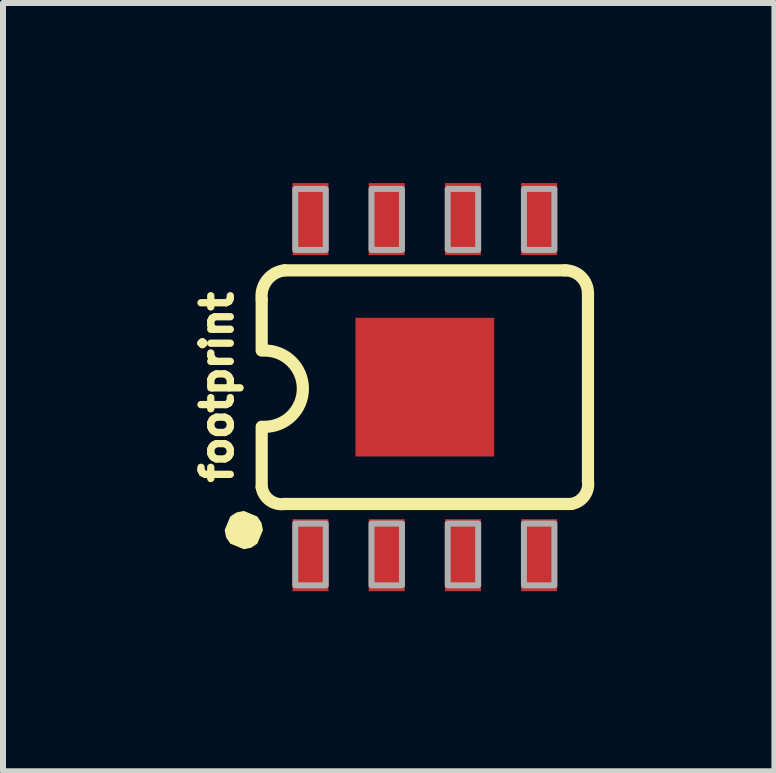
<source format=kicad_pcb>
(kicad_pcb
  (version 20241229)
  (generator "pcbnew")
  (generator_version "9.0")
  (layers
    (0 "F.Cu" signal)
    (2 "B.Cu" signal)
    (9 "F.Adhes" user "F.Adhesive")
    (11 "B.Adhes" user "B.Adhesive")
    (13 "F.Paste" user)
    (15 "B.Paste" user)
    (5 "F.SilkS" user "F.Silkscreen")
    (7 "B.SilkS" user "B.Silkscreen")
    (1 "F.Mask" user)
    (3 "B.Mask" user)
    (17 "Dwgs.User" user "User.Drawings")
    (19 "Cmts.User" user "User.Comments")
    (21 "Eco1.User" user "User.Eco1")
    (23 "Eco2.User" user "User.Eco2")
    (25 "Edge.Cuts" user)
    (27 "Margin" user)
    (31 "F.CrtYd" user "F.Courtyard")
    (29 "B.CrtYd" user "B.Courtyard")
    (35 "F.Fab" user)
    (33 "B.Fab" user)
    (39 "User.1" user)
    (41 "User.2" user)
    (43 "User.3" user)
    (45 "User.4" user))
  (footprint "footprint"
    (layer "F.Cu")
    (at 4.028 3.4)
    (property "Reference" "footprint" (at -3.175 0 90) (layer "F.SilkS") (effects (font (size 0.488 0.488) (thickness 0.122)) (justify bottom)))
    (fp_line (start -2.718 -1.453) (end -2.718 -0.61) (stroke (width 0.203) (type solid)) (layer "F.SilkS"))
    (fp_line (start -2.718 1.665) (end -2.718 0.66) (stroke (width 0.203) (type solid)) (layer "F.SilkS"))
    (fp_line (start -2.337 1.946) (end 2.437 1.946) (stroke (width 0.203) (type solid)) (layer "F.SilkS"))
    (fp_line (start 2.337 -1.946) (end -2.337 -1.946) (stroke (width 0.203) (type solid)) (layer "F.SilkS"))
    (fp_line (start 2.718 1.565) (end 2.718 -1.565) (stroke (width 0.203) (type solid)) (layer "F.SilkS"))
    (fp_arc (start -2.7178 -1.4653) (mid -2.626948 -1.784731) (end -2.3368 -1.9463) (stroke (width 0.2032) (type solid)) (layer "F.SilkS"))
    (fp_arc (start -2.667 -0.6096) (mid -2.032 0.0254) (end -2.667 0.6604) (stroke (width 0.2032) (type solid)) (layer "F.SilkS"))
    (fp_arc (start -2.336799 1.946301) (mid -2.58554 1.884767) (end -2.7178 1.6653) (stroke (width 0.2032) (type solid)) (layer "F.SilkS"))
    (fp_arc (start 2.3368 -1.9463) (mid 2.606237 -1.834736) (end 2.7178 -1.565298) (stroke (width 0.2032) (type solid)) (layer "F.SilkS"))
    (fp_arc (start 2.7178 1.5653) (mid 2.656208 1.813997) (end 2.4368 1.9463) (stroke (width 0.2032) (type solid)) (layer "F.SilkS"))
    (fp_poly (pts (xy -2.791 2.156) (xy -2.722 2.259) (xy -2.697 2.381) (xy -2.791 2.607) (xy -2.894 2.676) (xy -3.016 2.7) (xy -3.242 2.607) (xy -3.311 2.503) (xy -3.335 2.381) (xy -3.242 2.156) (xy -3.138 2.087) (xy -3.016 2.062)) (stroke (width 0) (type solid)) (fill yes) (layer "F.SilkS"))
    (fp_poly (pts (xy -2.159 -2.286) (xy -1.651 -2.286) (xy -1.651 -3.302) (xy -2.159 -3.302)) (stroke (width 0.1) (type solid)) (fill no) (layer "F.Fab"))
    (fp_poly (pts (xy -2.159 3.302) (xy -1.651 3.302) (xy -1.651 2.273) (xy -2.159 2.273)) (stroke (width 0.1) (type solid)) (fill no) (layer "F.Fab"))
    (fp_poly (pts (xy -0.889 -2.286) (xy -0.381 -2.286) (xy -0.381 -3.302) (xy -0.889 -3.302)) (stroke (width 0.1) (type solid)) (fill no) (layer "F.Fab"))
    (fp_poly (pts (xy -0.889 3.302) (xy -0.381 3.302) (xy -0.381 2.273) (xy -0.889 2.273)) (stroke (width 0.1) (type solid)) (fill no) (layer "F.Fab"))
    (fp_poly (pts (xy 0.381 -2.286) (xy 0.889 -2.286) (xy 0.889 -3.302) (xy 0.381 -3.302)) (stroke (width 0.1) (type solid)) (fill no) (layer "F.Fab"))
    (fp_poly (pts (xy 0.381 3.302) (xy 0.889 3.302) (xy 0.889 2.273) (xy 0.381 2.273)) (stroke (width 0.1) (type solid)) (fill no) (layer "F.Fab"))
    (fp_poly (pts (xy 1.651 -2.286) (xy 2.159 -2.286) (xy 2.159 -3.302) (xy 1.651 -3.302)) (stroke (width 0.1) (type solid)) (fill no) (layer "F.Fab"))
    (fp_poly (pts (xy 1.651 3.302) (xy 2.159 3.302) (xy 2.159 2.273) (xy 1.651 2.273)) (stroke (width 0.1) (type solid)) (fill no) (layer "F.Fab"))
    (pad "1" smd rect (at -1.905 2.8) (size 0.6 1.2) (layers "F.Cu" "F.Mask" "F.Paste"))
    (pad "2" smd rect (at -0.635 2.8) (size 0.6 1.2) (layers "F.Cu" "F.Mask" "F.Paste"))
    (pad "3" smd rect (at 0.635 2.8) (size 0.6 1.2) (layers "F.Cu" "F.Mask" "F.Paste"))
    (pad "4" smd rect (at 1.905 2.8) (size 0.6 1.2) (layers "F.Cu" "F.Mask" "F.Paste"))
    (pad "5" smd rect (at 1.905 -2.8) (size 0.6 1.2) (layers "F.Cu" "F.Mask" "F.Paste"))
    (pad "6" smd rect (at 0.635 -2.8) (size 0.6 1.2) (layers "F.Cu" "F.Mask" "F.Paste"))
    (pad "7" smd rect (at -0.635 -2.8) (size 0.6 1.2) (layers "F.Cu" "F.Mask" "F.Paste"))
    (pad "8" smd rect (at -1.905 -2.8) (size 0.6 1.2) (layers "F.Cu" "F.Mask" "F.Paste"))
    (pad "PAD" smd rect (at 0 0) (size 2.311 2.311) (layers "F.Cu" "F.Mask" "F.Paste")))
  (gr_rect
    (start -3 -3)
    (end 9.852 9.8)
    (stroke (width 0.1) (type default))
    (fill no)
    (layer "Edge.Cuts")))
</source>
